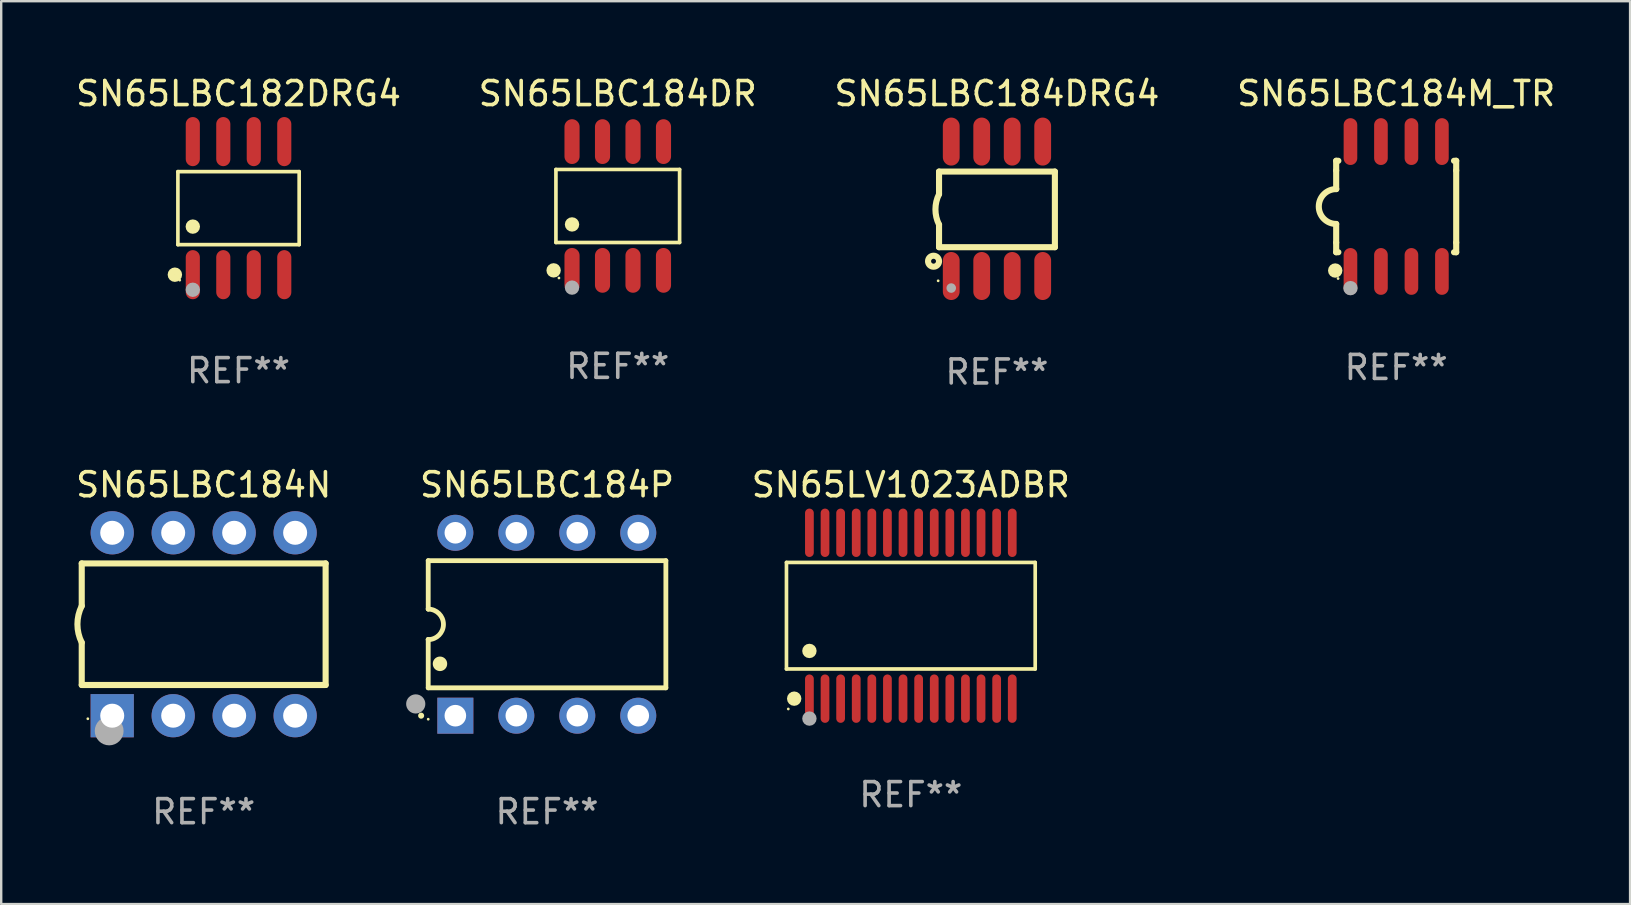
<source format=kicad_pcb>
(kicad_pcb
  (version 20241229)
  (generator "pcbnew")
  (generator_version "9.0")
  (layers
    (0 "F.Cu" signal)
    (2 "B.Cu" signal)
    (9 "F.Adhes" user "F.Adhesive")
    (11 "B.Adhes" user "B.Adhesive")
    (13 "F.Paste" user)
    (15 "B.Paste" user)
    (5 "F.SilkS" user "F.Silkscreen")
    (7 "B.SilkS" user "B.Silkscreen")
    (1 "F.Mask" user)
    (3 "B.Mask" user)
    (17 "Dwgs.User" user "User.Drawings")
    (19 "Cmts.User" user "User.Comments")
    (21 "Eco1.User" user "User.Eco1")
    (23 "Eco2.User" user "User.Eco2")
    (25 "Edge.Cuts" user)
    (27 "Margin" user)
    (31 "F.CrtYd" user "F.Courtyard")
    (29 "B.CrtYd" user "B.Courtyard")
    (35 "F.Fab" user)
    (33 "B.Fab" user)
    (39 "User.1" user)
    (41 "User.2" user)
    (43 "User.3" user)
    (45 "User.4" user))
  (footprint "SN65LBC184DRG4"
    (layer "F.Cu")
    (at 38.482 5.648)
    (property "Reference" "SN65LBC184DRG4" (at 0 -4.8 0) (layer "F.SilkS") (effects (font (size 1 1) (thickness 0.15))))
    (attr through_hole)
    (fp_line (start -2.413 -1.55) (end -2.413 -0.61) (stroke (width 0.254) (type solid)) (layer "F.SilkS"))
    (fp_line (start -2.413 0.66) (end -2.413 1.6) (stroke (width 0.254) (type solid)) (layer "F.SilkS"))
    (fp_line (start -2.413 1.6) (end 2.413 1.6) (stroke (width 0.254) (type solid)) (layer "F.SilkS"))
    (fp_line (start 2.413 -1.55) (end -2.413 -1.55) (stroke (width 0.254) (type solid)) (layer "F.SilkS"))
    (fp_line (start 2.413 1.6) (end 2.413 -1.55) (stroke (width 0.254) (type solid)) (layer "F.SilkS"))
    (fp_arc (start -2.413005 0.6603) (mid -2.562909 0.025298) (end -2.413005 -0.609703) (stroke (width 0.254001) (type solid)) (layer "F.SilkS"))
    (fp_circle (center -2.642 2.184) (end -2.54 2.184) (stroke (width 0.254) (type solid)) (fill no) (layer "F.SilkS"))
    (fp_circle (center -2.45 3) (end -2.42 3) (stroke (width 0.06) (type solid)) (fill no) (layer "F.SilkS"))
    (fp_circle (center -1.905 3.302) (end -1.805 3.302) (stroke (width 0.2) (type solid)) (fill no) (layer "F.Fab"))
    (fp_text user "REF**" (at 0 6.8 0) (layer "F.Fab") (effects (font (size 1 1) (thickness 0.15))))
    (pad "1" smd oval (at -1.905 2.8 180) (size 0.7 2) (layers "F.Cu" "F.Mask" "F.Paste"))
    (pad "2" smd oval (at -0.635 2.8 180) (size 0.7 2) (layers "F.Cu" "F.Mask" "F.Paste"))
    (pad "3" smd oval (at 0.635 2.8 180) (size 0.7 2) (layers "F.Cu" "F.Mask" "F.Paste"))
    (pad "4" smd oval (at 1.905 2.8 180) (size 0.7 2) (layers "F.Cu" "F.Mask" "F.Paste"))
    (pad "5" smd oval (at 1.905 -2.8 180) (size 0.7 2) (layers "F.Cu" "F.Mask" "F.Paste"))
    (pad "6" smd oval (at 0.635 -2.8 180) (size 0.7 2) (layers "F.Cu" "F.Mask" "F.Paste"))
    (pad "7" smd oval (at -0.635 -2.8 180) (size 0.7 2) (layers "F.Cu" "F.Mask" "F.Paste"))
    (pad "8" smd oval (at -1.905 -2.8 180) (size 0.7 2) (layers "F.Cu" "F.Mask" "F.Paste")))
  (footprint "SN65LBC182DRG4"
    (layer "F.Cu")
    (at 6.887 5.621)
    (property "Reference" "SN65LBC182DRG4" (at 0 -4.772 0) (layer "F.SilkS") (effects (font (size 1 1) (thickness 0.15))))
    (attr through_hole)
    (fp_line (start -2.526 -1.521) (end 2.526 -1.521) (stroke (width 0.152) (type solid)) (layer "F.SilkS"))
    (fp_line (start -2.526 1.521) (end -2.526 -1.521) (stroke (width 0.152) (type solid)) (layer "F.SilkS"))
    (fp_line (start 2.526 -1.521) (end 2.526 1.521) (stroke (width 0.152) (type solid)) (layer "F.SilkS"))
    (fp_line (start 2.526 1.521) (end -2.526 1.521) (stroke (width 0.152) (type solid)) (layer "F.SilkS"))
    (fp_circle (center -2.652 2.772) (end -2.501 2.772) (stroke (width 0.3) (type solid)) (fill no) (layer "F.SilkS"))
    (fp_circle (center -2.45 3) (end -2.42 3) (stroke (width 0.06) (type solid)) (fill no) (layer "F.SilkS"))
    (fp_circle (center -1.905 0.769) (end -1.755 0.769) (stroke (width 0.3) (type solid)) (fill no) (layer "F.SilkS"))
    (fp_circle (center -1.905 3.4) (end -1.755 3.4) (stroke (width 0.3) (type solid)) (fill no) (layer "F.Fab"))
    (fp_text user "REF**" (at 0 6.772 0) (layer "F.Fab") (effects (font (size 1 1) (thickness 0.15))))
    (pad "1" smd oval (at -1.905 2.772) (size 0.588 2.045) (layers "F.Cu" "F.Mask" "F.Paste"))
    (pad "2" smd oval (at -0.635 2.772) (size 0.588 2.045) (layers "F.Cu" "F.Mask" "F.Paste"))
    (pad "3" smd oval (at 0.635 2.772) (size 0.588 2.045) (layers "F.Cu" "F.Mask" "F.Paste"))
    (pad "4" smd oval (at 1.905 2.772) (size 0.588 2.045) (layers "F.Cu" "F.Mask" "F.Paste"))
    (pad "5" smd oval (at 1.905 -2.772) (size 0.588 2.045) (layers "F.Cu" "F.Mask" "F.Paste"))
    (pad "6" smd oval (at 0.635 -2.772) (size 0.588 2.045) (layers "F.Cu" "F.Mask" "F.Paste"))
    (pad "7" smd oval (at -0.635 -2.772) (size 0.588 2.045) (layers "F.Cu" "F.Mask" "F.Paste"))
    (pad "8" smd oval (at -1.905 -2.772) (size 0.588 2.045) (layers "F.Cu" "F.Mask" "F.Paste")))
  (footprint "SN65LV1023ADBR"
    (layer "F.Cu")
    (at 34.894 22.6)
    (property "Reference" "SN65LV1023ADBR" (at 0 -5.455 0) (layer "F.SilkS") (effects (font (size 1 1) (thickness 0.15))))
    (attr through_hole)
    (fp_line (start -5.181 -2.219) (end 5.181 -2.219) (stroke (width 0.152) (type solid)) (layer "F.SilkS"))
    (fp_line (start -5.181 2.219) (end -5.181 -2.219) (stroke (width 0.152) (type solid)) (layer "F.SilkS"))
    (fp_line (start 5.181 -2.219) (end 5.181 2.219) (stroke (width 0.152) (type solid)) (layer "F.SilkS"))
    (fp_line (start 5.181 2.219) (end -5.181 2.219) (stroke (width 0.152) (type solid)) (layer "F.SilkS"))
    (fp_circle (center -5.105 3.885) (end -5.075 3.885) (stroke (width 0.06) (type solid)) (fill no) (layer "F.SilkS"))
    (fp_circle (center -4.859 3.455) (end -4.709 3.455) (stroke (width 0.3) (type solid)) (fill no) (layer "F.SilkS"))
    (fp_circle (center -4.225 1.467) (end -4.075 1.467) (stroke (width 0.3) (type solid)) (fill no) (layer "F.SilkS"))
    (fp_circle (center -4.225 4.285) (end -4.075 4.285) (stroke (width 0.3) (type solid)) (fill no) (layer "F.Fab"))
    (fp_text user "REF**" (at 0 7.455 0) (layer "F.Fab") (effects (font (size 1 1) (thickness 0.15))))
    (pad "1" smd oval (at -4.225 3.455) (size 0.364 2.015) (layers "F.Cu" "F.Mask" "F.Paste"))
    (pad "2" smd oval (at -3.575 3.455) (size 0.364 2.015) (layers "F.Cu" "F.Mask" "F.Paste"))
    (pad "3" smd oval (at -2.925 3.455) (size 0.364 2.015) (layers "F.Cu" "F.Mask" "F.Paste"))
    (pad "4" smd oval (at -2.275 3.455) (size 0.364 2.015) (layers "F.Cu" "F.Mask" "F.Paste"))
    (pad "5" smd oval (at -1.625 3.455) (size 0.364 2.015) (layers "F.Cu" "F.Mask" "F.Paste"))
    (pad "6" smd oval (at -0.975 3.455) (size 0.364 2.015) (layers "F.Cu" "F.Mask" "F.Paste"))
    (pad "7" smd oval (at -0.325 3.455) (size 0.364 2.015) (layers "F.Cu" "F.Mask" "F.Paste"))
    (pad "8" smd oval (at 0.325 3.455) (size 0.364 2.015) (layers "F.Cu" "F.Mask" "F.Paste"))
    (pad "9" smd oval (at 0.975 3.455) (size 0.364 2.015) (layers "F.Cu" "F.Mask" "F.Paste"))
    (pad "10" smd oval (at 1.625 3.455) (size 0.364 2.015) (layers "F.Cu" "F.Mask" "F.Paste"))
    (pad "11" smd oval (at 2.275 3.455) (size 0.364 2.015) (layers "F.Cu" "F.Mask" "F.Paste"))
    (pad "12" smd oval (at 2.925 3.455) (size 0.364 2.015) (layers "F.Cu" "F.Mask" "F.Paste"))
    (pad "13" smd oval (at 3.575 3.455) (size 0.364 2.015) (layers "F.Cu" "F.Mask" "F.Paste"))
    (pad "14" smd oval (at 4.225 3.455) (size 0.364 2.015) (layers "F.Cu" "F.Mask" "F.Paste"))
    (pad "15" smd oval (at 4.225 -3.455) (size 0.364 2.015) (layers "F.Cu" "F.Mask" "F.Paste"))
    (pad "16" smd oval (at 3.575 -3.455) (size 0.364 2.015) (layers "F.Cu" "F.Mask" "F.Paste"))
    (pad "17" smd oval (at 2.925 -3.455) (size 0.364 2.015) (layers "F.Cu" "F.Mask" "F.Paste"))
    (pad "18" smd oval (at 2.275 -3.455) (size 0.364 2.015) (layers "F.Cu" "F.Mask" "F.Paste"))
    (pad "19" smd oval (at 1.625 -3.455) (size 0.364 2.015) (layers "F.Cu" "F.Mask" "F.Paste"))
    (pad "20" smd oval (at 0.975 -3.455) (size 0.364 2.015) (layers "F.Cu" "F.Mask" "F.Paste"))
    (pad "21" smd oval (at 0.325 -3.455) (size 0.364 2.015) (layers "F.Cu" "F.Mask" "F.Paste"))
    (pad "22" smd oval (at -0.325 -3.455) (size 0.364 2.015) (layers "F.Cu" "F.Mask" "F.Paste"))
    (pad "23" smd oval (at -0.975 -3.455) (size 0.364 2.015) (layers "F.Cu" "F.Mask" "F.Paste"))
    (pad "24" smd oval (at -1.625 -3.455) (size 0.364 2.015) (layers "F.Cu" "F.Mask" "F.Paste"))
    (pad "25" smd oval (at -2.275 -3.455) (size 0.364 2.015) (layers "F.Cu" "F.Mask" "F.Paste"))
    (pad "26" smd oval (at -2.925 -3.455) (size 0.364 2.015) (layers "F.Cu" "F.Mask" "F.Paste"))
    (pad "27" smd oval (at -3.575 -3.455) (size 0.364 2.015) (layers "F.Cu" "F.Mask" "F.Paste"))
    (pad "28" smd oval (at -4.225 -3.455) (size 0.364 2.015) (layers "F.Cu" "F.Mask" "F.Paste")))
  (footprint "SN65LBC184P"
    (layer "F.Cu")
    (at 19.739 22.955)
    (property "Reference" "SN65LBC184P" (at 0 -5.81 0) (layer "F.SilkS") (effects (font (size 1 1) (thickness 0.15))))
    (attr through_hole)
    (fp_line (start -4.95 -2.649) (end 4.95 -2.649) (stroke (width 0.2) (type solid)) (layer "F.SilkS"))
    (fp_line (start -4.95 -0.635) (end -4.95 -2.649) (stroke (width 0.2) (type solid)) (layer "F.SilkS"))
    (fp_line (start -4.95 0.635) (end -4.95 0.64) (stroke (width 0.2) (type solid)) (layer "F.SilkS"))
    (fp_line (start -4.95 2.649) (end -4.95 0.635) (stroke (width 0.2) (type solid)) (layer "F.SilkS"))
    (fp_line (start -4.95 -0.64) (end -4.95 -0.635) (stroke (width 0.2) (type solid)) (layer "F.SilkS"))
    (fp_line (start 4.95 -2.649) (end 4.95 2.649) (stroke (width 0.2) (type solid)) (layer "F.SilkS"))
    (fp_line (start 4.95 2.649) (end -4.95 2.649) (stroke (width 0.2) (type solid)) (layer "F.SilkS"))
    (fp_arc (start -5.24511 3.810008) (mid -5.245117 3.808738) (end -5.24511 3.807468) (stroke (width 0.25) (type solid)) (layer "F.SilkS"))
    (fp_arc (start -4.950165 -0.629997) (mid -4.315164 0.005004) (end -4.950165 0.640005) (stroke (width 0.2) (type solid)) (layer "F.SilkS"))
    (fp_arc (start -4.460249 1.651003) (mid -4.46026 1.648463) (end -4.460249 1.645923) (stroke (width 0.6) (type solid)) (layer "F.SilkS"))
    (fp_circle (center -4.95 3.956) (end -4.92 3.956) (stroke (width 0.06) (type solid)) (fill no) (layer "F.SilkS"))
    (fp_circle (center -5.47 3.32) (end -5.27 3.32) (stroke (width 0.4) (type solid)) (fill no) (layer "F.Fab"))
    (fp_text user "REF**" (at 0 7.81 0) (layer "F.Fab") (effects (font (size 1 1) (thickness 0.15))))
    (pad "1" thru_hole rect (at -3.82 3.81) (size 1.5 1.5) (drill 0.9) (layers "*.Cu" "*.Mask"))
    (pad "2" thru_hole circle (at -1.28 3.81) (size 1.5 1.5) (drill 0.9) (layers "*.Cu" "*.Mask"))
    (pad "3" thru_hole circle (at 1.26 3.81) (size 1.5 1.5) (drill 0.9) (layers "*.Cu" "*.Mask"))
    (pad "4" thru_hole circle (at 3.8 3.81) (size 1.5 1.5) (drill 0.9) (layers "*.Cu" "*.Mask"))
    (pad "5" thru_hole circle (at 3.8 -3.81) (size 1.5 1.5) (drill 0.9) (layers "*.Cu" "*.Mask"))
    (pad "6" thru_hole circle (at 1.26 -3.81) (size 1.5 1.5) (drill 0.9) (layers "*.Cu" "*.Mask"))
    (pad "7" thru_hole circle (at -1.28 -3.81) (size 1.5 1.5) (drill 0.9) (layers "*.Cu" "*.Mask"))
    (pad "8" thru_hole circle (at -3.82 -3.81) (size 1.5 1.5) (drill 0.9) (layers "*.Cu" "*.Mask")))
  (footprint "SN65LBC184N"
    (layer "F.Cu")
    (at 5.435 22.955)
    (property "Reference" "SN65LBC184N" (at 0 -5.81 0) (layer "F.SilkS") (effects (font (size 1 1) (thickness 0.15))))
    (attr through_hole)
    (fp_line (start -5.08 -2.534) (end 5.08 -2.534) (stroke (width 0.254) (type solid)) (layer "F.SilkS"))
    (fp_line (start -5.08 -0.762) (end -5.08 -2.534) (stroke (width 0.254) (type solid)) (layer "F.SilkS"))
    (fp_line (start -5.08 2.531) (end -5.08 0.762) (stroke (width 0.254) (type solid)) (layer "F.SilkS"))
    (fp_line (start -5.08 2.531) (end 5.08 2.531) (stroke (width 0.254) (type solid)) (layer "F.SilkS"))
    (fp_line (start 5.08 2.531) (end 5.08 -2.534) (stroke (width 0.254) (type solid)) (layer "F.SilkS"))
    (fp_arc (start -5.08001 0.762001) (mid -5.259894 0) (end -5.08001 -0.762002) (stroke (width 0.254001) (type solid)) (layer "F.SilkS"))
    (fp_circle (center -4.826 3.937) (end -4.796 3.937) (stroke (width 0.06) (type solid)) (fill no) (layer "F.SilkS"))
    (fp_circle (center -3.937 4.445) (end -3.637 4.445) (stroke (width 0.6) (type solid)) (fill no) (layer "F.Fab"))
    (fp_text user "REF**" (at 0 7.81 0) (layer "F.Fab") (effects (font (size 1 1) (thickness 0.15))))
    (pad "1" thru_hole rect (at -3.81 3.81) (size 1.8 1.8) (drill 1) (layers "*.Cu" "*.Mask"))
    (pad "2" thru_hole circle (at -1.27 3.81) (size 1.8 1.8) (drill 1) (layers "*.Cu" "*.Mask"))
    (pad "3" thru_hole circle (at 1.27 3.81) (size 1.8 1.8) (drill 1) (layers "*.Cu" "*.Mask"))
    (pad "4" thru_hole circle (at 3.81 3.81) (size 1.8 1.8) (drill 1) (layers "*.Cu" "*.Mask"))
    (pad "5" thru_hole circle (at 3.81 -3.81) (size 1.8 1.8) (drill 1) (layers "*.Cu" "*.Mask"))
    (pad "6" thru_hole circle (at 1.27 -3.81) (size 1.8 1.8) (drill 1) (layers "*.Cu" "*.Mask"))
    (pad "7" thru_hole circle (at -1.27 -3.81) (size 1.8 1.8) (drill 1) (layers "*.Cu" "*.Mask"))
    (pad "8" thru_hole circle (at -3.81 -3.81) (size 1.8 1.8) (drill 1) (layers "*.Cu" "*.Mask")))
  (footprint "SN65LBC184M_TR"
    (layer "F.Cu")
    (at 55.113 5.553)
    (property "Reference" "SN65LBC184M_TR" (at 0 -4.705 0) (layer "F.SilkS") (effects (font (size 1 1) (thickness 0.15))))
    (attr through_hole)
    (fp_line (start -2.5 -1.905) (end -2.409 -1.905) (stroke (width 0.254) (type solid)) (layer "F.SilkS"))
    (fp_line (start -2.5 -1.5) (end -2.5 -1.905) (stroke (width 0.254) (type solid)) (layer "F.SilkS"))
    (fp_line (start -2.5 -1.5) (end -2.5 -0.726) (stroke (width 0.254) (type solid)) (layer "F.SilkS"))
    (fp_line (start -2.5 1.5) (end -2.5 0.727) (stroke (width 0.254) (type solid)) (layer "F.SilkS"))
    (fp_line (start -2.5 1.5) (end -2.5 1.905) (stroke (width 0.254) (type solid)) (layer "F.SilkS"))
    (fp_line (start -2.5 1.905) (end -2.409 1.905) (stroke (width 0.254) (type solid)) (layer "F.SilkS"))
    (fp_line (start 2.5 -1.905) (end 2.409 -1.905) (stroke (width 0.254) (type solid)) (layer "F.SilkS"))
    (fp_line (start 2.5 -1.5) (end 2.5 -1.905) (stroke (width 0.254) (type solid)) (layer "F.SilkS"))
    (fp_line (start 2.5 -1.5) (end 2.5 1.5) (stroke (width 0.254) (type solid)) (layer "F.SilkS"))
    (fp_line (start 2.5 1.5) (end 2.5 1.905) (stroke (width 0.254) (type solid)) (layer "F.SilkS"))
    (fp_line (start 2.5 1.905) (end 2.409 1.905) (stroke (width 0.254) (type solid)) (layer "F.SilkS"))
    (fp_arc (start -2.5 0.726568) (mid -3.220316 -0.0023) (end -2.495097 -0.726289) (stroke (width 0.254001) (type solid)) (layer "F.SilkS"))
    (fp_circle (center -2.54 2.667) (end -2.39 2.667) (stroke (width 0.3) (type solid)) (fill no) (layer "F.SilkS"))
    (fp_circle (center -2.42 3) (end -2.39 3) (stroke (width 0.06) (type solid)) (fill no) (layer "F.SilkS"))
    (fp_circle (center -1.905 3.4) (end -1.755 3.4) (stroke (width 0.3) (type solid)) (fill no) (layer "F.Fab"))
    (fp_text user "REF**" (at 0 6.705 0) (layer "F.Fab") (effects (font (size 1 1) (thickness 0.15))))
    (pad "1" smd oval (at -1.905 2.705) (size 0.568 1.95) (layers "F.Cu" "F.Mask" "F.Paste"))
    (pad "2" smd oval (at -0.635 2.705) (size 0.568 1.95) (layers "F.Cu" "F.Mask" "F.Paste"))
    (pad "3" smd oval (at 0.635 2.705) (size 0.568 1.95) (layers "F.Cu" "F.Mask" "F.Paste"))
    (pad "4" smd oval (at 1.905 2.705) (size 0.568 1.95) (layers "F.Cu" "F.Mask" "F.Paste"))
    (pad "5" smd oval (at 1.905 -2.705) (size 0.568 1.95) (layers "F.Cu" "F.Mask" "F.Paste"))
    (pad "6" smd oval (at 0.635 -2.705) (size 0.568 1.95) (layers "F.Cu" "F.Mask" "F.Paste"))
    (pad "7" smd oval (at -0.635 -2.705) (size 0.568 1.95) (layers "F.Cu" "F.Mask" "F.Paste"))
    (pad "8" smd oval (at -1.905 -2.705) (size 0.568 1.95) (layers "F.Cu" "F.Mask" "F.Paste")))
  (footprint "SN65LBC184DR"
    (layer "F.Cu")
    (at 22.685 5.531)
    (property "Reference" "SN65LBC184DR" (at 0 -4.682 0) (layer "F.SilkS") (effects (font (size 1 1) (thickness 0.15))))
    (attr through_hole)
    (fp_line (start -2.576 -1.521) (end 2.576 -1.521) (stroke (width 0.152) (type solid)) (layer "F.SilkS"))
    (fp_line (start -2.576 1.521) (end -2.576 -1.521) (stroke (width 0.152) (type solid)) (layer "F.SilkS"))
    (fp_line (start 2.576 -1.521) (end 2.576 1.521) (stroke (width 0.152) (type solid)) (layer "F.SilkS"))
    (fp_line (start 2.576 1.521) (end -2.576 1.521) (stroke (width 0.152) (type solid)) (layer "F.SilkS"))
    (fp_circle (center -2.672 2.682) (end -2.522 2.682) (stroke (width 0.3) (type solid)) (fill no) (layer "F.SilkS"))
    (fp_circle (center -2.45 3) (end -2.42 3) (stroke (width 0.06) (type solid)) (fill no) (layer "F.SilkS"))
    (fp_circle (center -1.905 0.769) (end -1.755 0.769) (stroke (width 0.3) (type solid)) (fill no) (layer "F.SilkS"))
    (fp_circle (center -1.905 3.4) (end -1.755 3.4) (stroke (width 0.3) (type solid)) (fill no) (layer "F.Fab"))
    (fp_text user "REF**" (at 0 6.682 0) (layer "F.Fab") (effects (font (size 1 1) (thickness 0.15))))
    (pad "1" smd oval (at -1.905 2.682) (size 0.63 1.865) (layers "F.Cu" "F.Mask" "F.Paste"))
    (pad "2" smd oval (at -0.635 2.682) (size 0.63 1.865) (layers "F.Cu" "F.Mask" "F.Paste"))
    (pad "3" smd oval (at 0.635 2.682) (size 0.63 1.865) (layers "F.Cu" "F.Mask" "F.Paste"))
    (pad "4" smd oval (at 1.905 2.682) (size 0.63 1.865) (layers "F.Cu" "F.Mask" "F.Paste"))
    (pad "5" smd oval (at 1.905 -2.682) (size 0.63 1.865) (layers "F.Cu" "F.Mask" "F.Paste"))
    (pad "6" smd oval (at 0.635 -2.682) (size 0.63 1.865) (layers "F.Cu" "F.Mask" "F.Paste"))
    (pad "7" smd oval (at -0.635 -2.682) (size 0.63 1.865) (layers "F.Cu" "F.Mask" "F.Paste"))
    (pad "8" smd oval (at -1.905 -2.682) (size 0.63 1.865) (layers "F.Cu" "F.Mask" "F.Paste")))
  (gr_rect
    (start -3 -3)
    (end 64.857 34.613)
    (stroke (width 0.1) (type default))
    (fill no)
    (layer "Edge.Cuts")))
</source>
